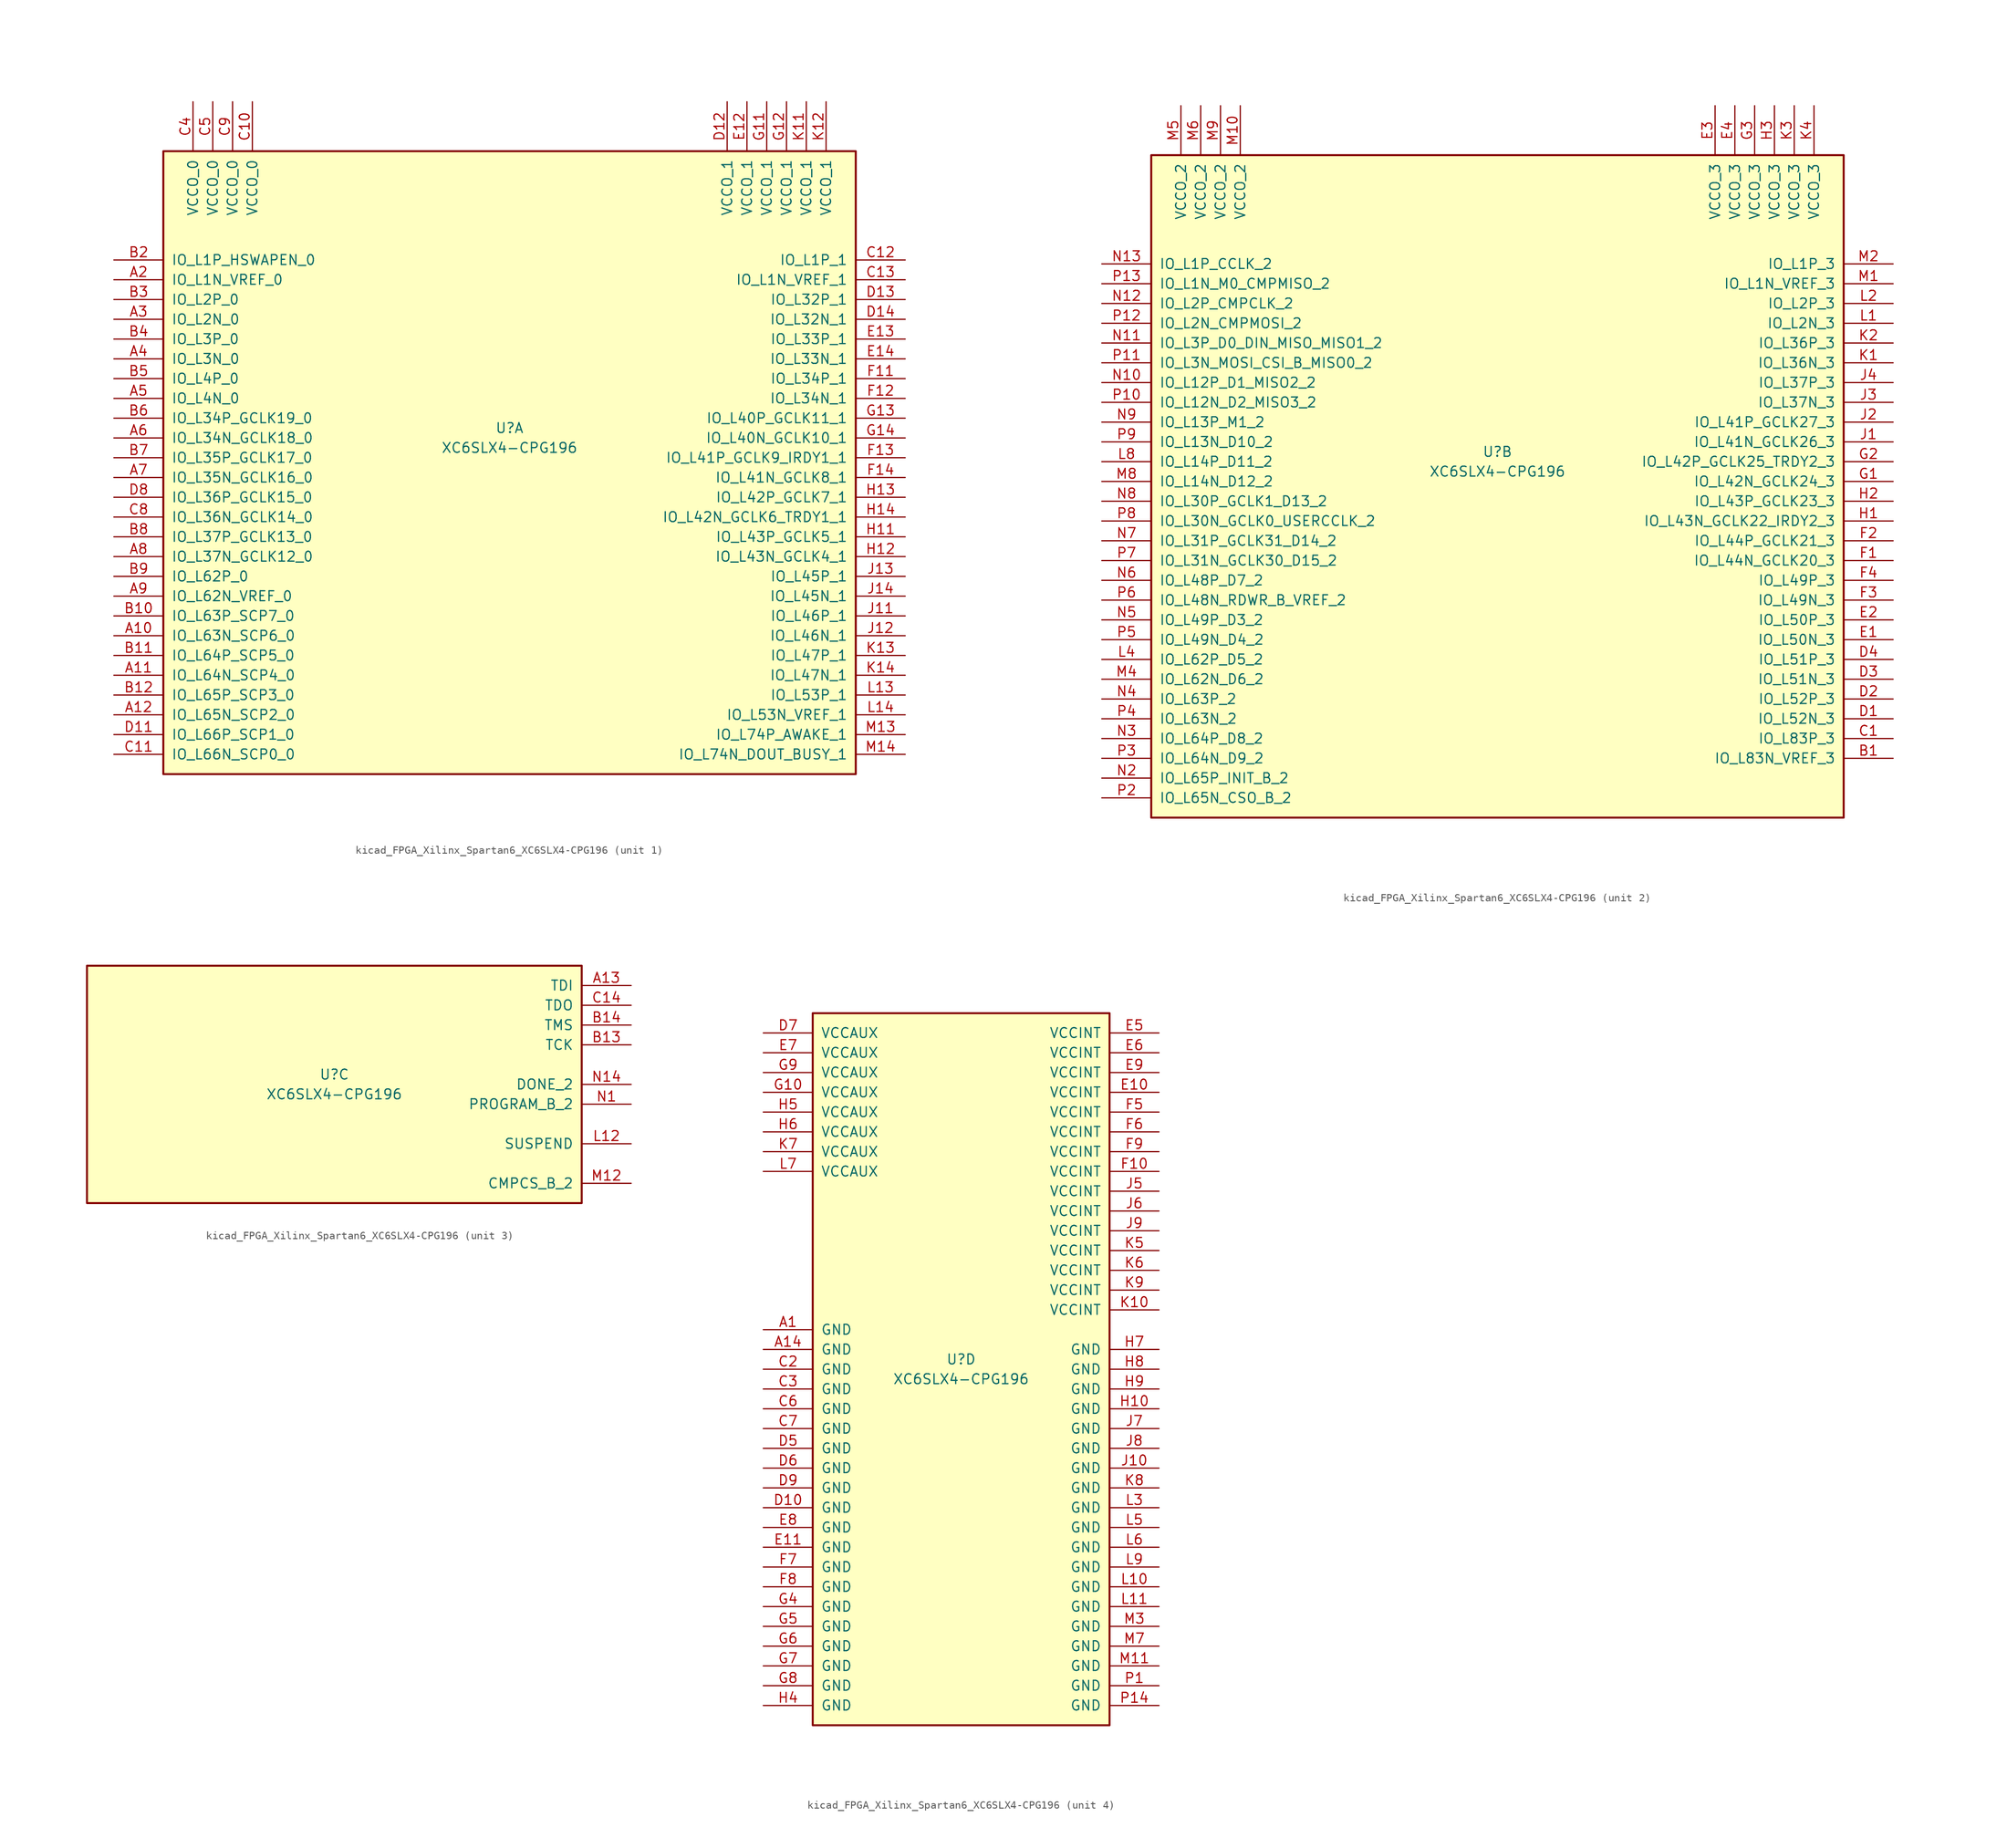
<source format=kicad_sym>
(kicad_symbol_lib
  (version 20220914)
  (generator kicad_symbol_editor)
  (symbol "kicad_FPGA_Xilinx_Spartan6_XC6SLX4-CPG196"
    (pin_names
      (offset 1.016))
    (property "Reference" "U"
      (at 0 1.27 0)
      (effects (font (size 1.27 1.27))))
    (property "Value" "XC6SLX4-CPG196"
      (at 0 -1.27 0)
      (effects (font (size 1.27 1.27))))
    (property "Datasheet" ""
      (at 0 0 0)
      (effects (font (size 1.27 1.27))))
    (property "ki_locked" ""
      (at 0 0 0)
      (effects (font (size 1.27 1.27))))
    (symbol "kicad_FPGA_Xilinx_Spartan6_XC6SLX4-CPG196_1_1"
      (rectangle (start -44.45 36.83) (end 44.45 -43.18) (stroke (width 0.254) (type default)) (fill (type background)))
      (pin bidirectional line (at -50.8 -25.4 0) (length 6.35) (name "IO_L63N_SCP6_0" (effects (font (size 1.27 1.27)))) (number "A10" (effects (font (size 1.27 1.27)))))
      (pin bidirectional line (at -50.8 -30.48 0) (length 6.35) (name "IO_L64N_SCP4_0" (effects (font (size 1.27 1.27)))) (number "A11" (effects (font (size 1.27 1.27)))))
      (pin bidirectional line (at -50.8 -35.56 0) (length 6.35) (name "IO_L65N_SCP2_0" (effects (font (size 1.27 1.27)))) (number "A12" (effects (font (size 1.27 1.27)))))
      (pin bidirectional line (at -50.8 20.32 0) (length 6.35) (name "IO_L1N_VREF_0" (effects (font (size 1.27 1.27)))) (number "A2" (effects (font (size 1.27 1.27)))))
      (pin bidirectional line (at -50.8 15.24 0) (length 6.35) (name "IO_L2N_0" (effects (font (size 1.27 1.27)))) (number "A3" (effects (font (size 1.27 1.27)))))
      (pin bidirectional line (at -50.8 10.16 0) (length 6.35) (name "IO_L3N_0" (effects (font (size 1.27 1.27)))) (number "A4" (effects (font (size 1.27 1.27)))))
      (pin bidirectional line (at -50.8 5.08 0) (length 6.35) (name "IO_L4N_0" (effects (font (size 1.27 1.27)))) (number "A5" (effects (font (size 1.27 1.27)))))
      (pin bidirectional line (at -50.8 0 0) (length 6.35) (name "IO_L34N_GCLK18_0" (effects (font (size 1.27 1.27)))) (number "A6" (effects (font (size 1.27 1.27)))))
      (pin bidirectional line (at -50.8 -5.08 0) (length 6.35) (name "IO_L35N_GCLK16_0" (effects (font (size 1.27 1.27)))) (number "A7" (effects (font (size 1.27 1.27)))))
      (pin bidirectional line (at -50.8 -15.24 0) (length 6.35) (name "IO_L37N_GCLK12_0" (effects (font (size 1.27 1.27)))) (number "A8" (effects (font (size 1.27 1.27)))))
      (pin bidirectional line (at -50.8 -20.32 0) (length 6.35) (name "IO_L62N_VREF_0" (effects (font (size 1.27 1.27)))) (number "A9" (effects (font (size 1.27 1.27)))))
      (pin bidirectional line (at -50.8 -22.86 0) (length 6.35) (name "IO_L63P_SCP7_0" (effects (font (size 1.27 1.27)))) (number "B10" (effects (font (size 1.27 1.27)))))
      (pin bidirectional line (at -50.8 -27.94 0) (length 6.35) (name "IO_L64P_SCP5_0" (effects (font (size 1.27 1.27)))) (number "B11" (effects (font (size 1.27 1.27)))))
      (pin bidirectional line (at -50.8 -33.02 0) (length 6.35) (name "IO_L65P_SCP3_0" (effects (font (size 1.27 1.27)))) (number "B12" (effects (font (size 1.27 1.27)))))
      (pin bidirectional line (at -50.8 22.86 0) (length 6.35) (name "IO_L1P_HSWAPEN_0" (effects (font (size 1.27 1.27)))) (number "B2" (effects (font (size 1.27 1.27)))))
      (pin bidirectional line (at -50.8 17.78 0) (length 6.35) (name "IO_L2P_0" (effects (font (size 1.27 1.27)))) (number "B3" (effects (font (size 1.27 1.27)))))
      (pin bidirectional line (at -50.8 12.7 0) (length 6.35) (name "IO_L3P_0" (effects (font (size 1.27 1.27)))) (number "B4" (effects (font (size 1.27 1.27)))))
      (pin bidirectional line (at -50.8 7.62 0) (length 6.35) (name "IO_L4P_0" (effects (font (size 1.27 1.27)))) (number "B5" (effects (font (size 1.27 1.27)))))
      (pin bidirectional line (at -50.8 2.54 0) (length 6.35) (name "IO_L34P_GCLK19_0" (effects (font (size 1.27 1.27)))) (number "B6" (effects (font (size 1.27 1.27)))))
      (pin bidirectional line (at -50.8 -2.54 0) (length 6.35) (name "IO_L35P_GCLK17_0" (effects (font (size 1.27 1.27)))) (number "B7" (effects (font (size 1.27 1.27)))))
      (pin bidirectional line (at -50.8 -12.7 0) (length 6.35) (name "IO_L37P_GCLK13_0" (effects (font (size 1.27 1.27)))) (number "B8" (effects (font (size 1.27 1.27)))))
      (pin bidirectional line (at -50.8 -17.78 0) (length 6.35) (name "IO_L62P_0" (effects (font (size 1.27 1.27)))) (number "B9" (effects (font (size 1.27 1.27)))))
      (pin power_in line (at -33.02 43.18 270) (length 6.35) (name "VCCO_0" (effects (font (size 1.27 1.27)))) (number "C10" (effects (font (size 1.27 1.27)))))
      (pin bidirectional line (at -50.8 -40.64 0) (length 6.35) (name "IO_L66N_SCP0_0" (effects (font (size 1.27 1.27)))) (number "C11" (effects (font (size 1.27 1.27)))))
      (pin bidirectional line (at 50.8 22.86 180) (length 6.35) (name "IO_L1P_1" (effects (font (size 1.27 1.27)))) (number "C12" (effects (font (size 1.27 1.27)))))
      (pin bidirectional line (at 50.8 20.32 180) (length 6.35) (name "IO_L1N_VREF_1" (effects (font (size 1.27 1.27)))) (number "C13" (effects (font (size 1.27 1.27)))))
      (pin power_in line (at -40.64 43.18 270) (length 6.35) (name "VCCO_0" (effects (font (size 1.27 1.27)))) (number "C4" (effects (font (size 1.27 1.27)))))
      (pin power_in line (at -38.1 43.18 270) (length 6.35) (name "VCCO_0" (effects (font (size 1.27 1.27)))) (number "C5" (effects (font (size 1.27 1.27)))))
      (pin bidirectional line (at -50.8 -10.16 0) (length 6.35) (name "IO_L36N_GCLK14_0" (effects (font (size 1.27 1.27)))) (number "C8" (effects (font (size 1.27 1.27)))))
      (pin power_in line (at -35.56 43.18 270) (length 6.35) (name "VCCO_0" (effects (font (size 1.27 1.27)))) (number "C9" (effects (font (size 1.27 1.27)))))
      (pin bidirectional line (at -50.8 -38.1 0) (length 6.35) (name "IO_L66P_SCP1_0" (effects (font (size 1.27 1.27)))) (number "D11" (effects (font (size 1.27 1.27)))))
      (pin power_in line (at 27.94 43.18 270) (length 6.35) (name "VCCO_1" (effects (font (size 1.27 1.27)))) (number "D12" (effects (font (size 1.27 1.27)))))
      (pin bidirectional line (at 50.8 17.78 180) (length 6.35) (name "IO_L32P_1" (effects (font (size 1.27 1.27)))) (number "D13" (effects (font (size 1.27 1.27)))))
      (pin bidirectional line (at 50.8 15.24 180) (length 6.35) (name "IO_L32N_1" (effects (font (size 1.27 1.27)))) (number "D14" (effects (font (size 1.27 1.27)))))
      (pin bidirectional line (at -50.8 -7.62 0) (length 6.35) (name "IO_L36P_GCLK15_0" (effects (font (size 1.27 1.27)))) (number "D8" (effects (font (size 1.27 1.27)))))
      (pin power_in line (at 30.48 43.18 270) (length 6.35) (name "VCCO_1" (effects (font (size 1.27 1.27)))) (number "E12" (effects (font (size 1.27 1.27)))))
      (pin bidirectional line (at 50.8 12.7 180) (length 6.35) (name "IO_L33P_1" (effects (font (size 1.27 1.27)))) (number "E13" (effects (font (size 1.27 1.27)))))
      (pin bidirectional line (at 50.8 10.16 180) (length 6.35) (name "IO_L33N_1" (effects (font (size 1.27 1.27)))) (number "E14" (effects (font (size 1.27 1.27)))))
      (pin bidirectional line (at 50.8 7.62 180) (length 6.35) (name "IO_L34P_1" (effects (font (size 1.27 1.27)))) (number "F11" (effects (font (size 1.27 1.27)))))
      (pin bidirectional line (at 50.8 5.08 180) (length 6.35) (name "IO_L34N_1" (effects (font (size 1.27 1.27)))) (number "F12" (effects (font (size 1.27 1.27)))))
      (pin bidirectional line (at 50.8 -2.54 180) (length 6.35) (name "IO_L41P_GCLK9_IRDY1_1" (effects (font (size 1.27 1.27)))) (number "F13" (effects (font (size 1.27 1.27)))))
      (pin bidirectional line (at 50.8 -5.08 180) (length 6.35) (name "IO_L41N_GCLK8_1" (effects (font (size 1.27 1.27)))) (number "F14" (effects (font (size 1.27 1.27)))))
      (pin power_in line (at 33.02 43.18 270) (length 6.35) (name "VCCO_1" (effects (font (size 1.27 1.27)))) (number "G11" (effects (font (size 1.27 1.27)))))
      (pin power_in line (at 35.56 43.18 270) (length 6.35) (name "VCCO_1" (effects (font (size 1.27 1.27)))) (number "G12" (effects (font (size 1.27 1.27)))))
      (pin bidirectional line (at 50.8 2.54 180) (length 6.35) (name "IO_L40P_GCLK11_1" (effects (font (size 1.27 1.27)))) (number "G13" (effects (font (size 1.27 1.27)))))
      (pin bidirectional line (at 50.8 0 180) (length 6.35) (name "IO_L40N_GCLK10_1" (effects (font (size 1.27 1.27)))) (number "G14" (effects (font (size 1.27 1.27)))))
      (pin bidirectional line (at 50.8 -12.7 180) (length 6.35) (name "IO_L43P_GCLK5_1" (effects (font (size 1.27 1.27)))) (number "H11" (effects (font (size 1.27 1.27)))))
      (pin bidirectional line (at 50.8 -15.24 180) (length 6.35) (name "IO_L43N_GCLK4_1" (effects (font (size 1.27 1.27)))) (number "H12" (effects (font (size 1.27 1.27)))))
      (pin bidirectional line (at 50.8 -7.62 180) (length 6.35) (name "IO_L42P_GCLK7_1" (effects (font (size 1.27 1.27)))) (number "H13" (effects (font (size 1.27 1.27)))))
      (pin bidirectional line (at 50.8 -10.16 180) (length 6.35) (name "IO_L42N_GCLK6_TRDY1_1" (effects (font (size 1.27 1.27)))) (number "H14" (effects (font (size 1.27 1.27)))))
      (pin bidirectional line (at 50.8 -22.86 180) (length 6.35) (name "IO_L46P_1" (effects (font (size 1.27 1.27)))) (number "J11" (effects (font (size 1.27 1.27)))))
      (pin bidirectional line (at 50.8 -25.4 180) (length 6.35) (name "IO_L46N_1" (effects (font (size 1.27 1.27)))) (number "J12" (effects (font (size 1.27 1.27)))))
      (pin bidirectional line (at 50.8 -17.78 180) (length 6.35) (name "IO_L45P_1" (effects (font (size 1.27 1.27)))) (number "J13" (effects (font (size 1.27 1.27)))))
      (pin bidirectional line (at 50.8 -20.32 180) (length 6.35) (name "IO_L45N_1" (effects (font (size 1.27 1.27)))) (number "J14" (effects (font (size 1.27 1.27)))))
      (pin power_in line (at 38.1 43.18 270) (length 6.35) (name "VCCO_1" (effects (font (size 1.27 1.27)))) (number "K11" (effects (font (size 1.27 1.27)))))
      (pin power_in line (at 40.64 43.18 270) (length 6.35) (name "VCCO_1" (effects (font (size 1.27 1.27)))) (number "K12" (effects (font (size 1.27 1.27)))))
      (pin bidirectional line (at 50.8 -27.94 180) (length 6.35) (name "IO_L47P_1" (effects (font (size 1.27 1.27)))) (number "K13" (effects (font (size 1.27 1.27)))))
      (pin bidirectional line (at 50.8 -30.48 180) (length 6.35) (name "IO_L47N_1" (effects (font (size 1.27 1.27)))) (number "K14" (effects (font (size 1.27 1.27)))))
      (pin bidirectional line (at 50.8 -33.02 180) (length 6.35) (name "IO_L53P_1" (effects (font (size 1.27 1.27)))) (number "L13" (effects (font (size 1.27 1.27)))))
      (pin bidirectional line (at 50.8 -35.56 180) (length 6.35) (name "IO_L53N_VREF_1" (effects (font (size 1.27 1.27)))) (number "L14" (effects (font (size 1.27 1.27)))))
      (pin bidirectional line (at 50.8 -38.1 180) (length 6.35) (name "IO_L74P_AWAKE_1" (effects (font (size 1.27 1.27)))) (number "M13" (effects (font (size 1.27 1.27)))))
      (pin bidirectional line (at 50.8 -40.64 180) (length 6.35) (name "IO_L74N_DOUT_BUSY_1" (effects (font (size 1.27 1.27)))) (number "M14" (effects (font (size 1.27 1.27))))))
    (symbol "kicad_FPGA_Xilinx_Spartan6_XC6SLX4-CPG196_2_1"
      (rectangle (start -44.45 39.37) (end 44.45 -45.72) (stroke (width 0.254) (type default)) (fill (type background)))
      (pin bidirectional line (at 50.8 -38.1 180) (length 6.35) (name "IO_L83N_VREF_3" (effects (font (size 1.27 1.27)))) (number "B1" (effects (font (size 1.27 1.27)))))
      (pin bidirectional line (at 50.8 -35.56 180) (length 6.35) (name "IO_L83P_3" (effects (font (size 1.27 1.27)))) (number "C1" (effects (font (size 1.27 1.27)))))
      (pin bidirectional line (at 50.8 -33.02 180) (length 6.35) (name "IO_L52N_3" (effects (font (size 1.27 1.27)))) (number "D1" (effects (font (size 1.27 1.27)))))
      (pin bidirectional line (at 50.8 -30.48 180) (length 6.35) (name "IO_L52P_3" (effects (font (size 1.27 1.27)))) (number "D2" (effects (font (size 1.27 1.27)))))
      (pin bidirectional line (at 50.8 -27.94 180) (length 6.35) (name "IO_L51N_3" (effects (font (size 1.27 1.27)))) (number "D3" (effects (font (size 1.27 1.27)))))
      (pin bidirectional line (at 50.8 -25.4 180) (length 6.35) (name "IO_L51P_3" (effects (font (size 1.27 1.27)))) (number "D4" (effects (font (size 1.27 1.27)))))
      (pin bidirectional line (at 50.8 -22.86 180) (length 6.35) (name "IO_L50N_3" (effects (font (size 1.27 1.27)))) (number "E1" (effects (font (size 1.27 1.27)))))
      (pin bidirectional line (at 50.8 -20.32 180) (length 6.35) (name "IO_L50P_3" (effects (font (size 1.27 1.27)))) (number "E2" (effects (font (size 1.27 1.27)))))
      (pin power_in line (at 27.94 45.72 270) (length 6.35) (name "VCCO_3" (effects (font (size 1.27 1.27)))) (number "E3" (effects (font (size 1.27 1.27)))))
      (pin power_in line (at 30.48 45.72 270) (length 6.35) (name "VCCO_3" (effects (font (size 1.27 1.27)))) (number "E4" (effects (font (size 1.27 1.27)))))
      (pin bidirectional line (at 50.8 -12.7 180) (length 6.35) (name "IO_L44N_GCLK20_3" (effects (font (size 1.27 1.27)))) (number "F1" (effects (font (size 1.27 1.27)))))
      (pin bidirectional line (at 50.8 -10.16 180) (length 6.35) (name "IO_L44P_GCLK21_3" (effects (font (size 1.27 1.27)))) (number "F2" (effects (font (size 1.27 1.27)))))
      (pin bidirectional line (at 50.8 -17.78 180) (length 6.35) (name "IO_L49N_3" (effects (font (size 1.27 1.27)))) (number "F3" (effects (font (size 1.27 1.27)))))
      (pin bidirectional line (at 50.8 -15.24 180) (length 6.35) (name "IO_L49P_3" (effects (font (size 1.27 1.27)))) (number "F4" (effects (font (size 1.27 1.27)))))
      (pin bidirectional line (at 50.8 -2.54 180) (length 6.35) (name "IO_L42N_GCLK24_3" (effects (font (size 1.27 1.27)))) (number "G1" (effects (font (size 1.27 1.27)))))
      (pin bidirectional line (at 50.8 0 180) (length 6.35) (name "IO_L42P_GCLK25_TRDY2_3" (effects (font (size 1.27 1.27)))) (number "G2" (effects (font (size 1.27 1.27)))))
      (pin power_in line (at 33.02 45.72 270) (length 6.35) (name "VCCO_3" (effects (font (size 1.27 1.27)))) (number "G3" (effects (font (size 1.27 1.27)))))
      (pin bidirectional line (at 50.8 -7.62 180) (length 6.35) (name "IO_L43N_GCLK22_IRDY2_3" (effects (font (size 1.27 1.27)))) (number "H1" (effects (font (size 1.27 1.27)))))
      (pin bidirectional line (at 50.8 -5.08 180) (length 6.35) (name "IO_L43P_GCLK23_3" (effects (font (size 1.27 1.27)))) (number "H2" (effects (font (size 1.27 1.27)))))
      (pin power_in line (at 35.56 45.72 270) (length 6.35) (name "VCCO_3" (effects (font (size 1.27 1.27)))) (number "H3" (effects (font (size 1.27 1.27)))))
      (pin bidirectional line (at 50.8 2.54 180) (length 6.35) (name "IO_L41N_GCLK26_3" (effects (font (size 1.27 1.27)))) (number "J1" (effects (font (size 1.27 1.27)))))
      (pin bidirectional line (at 50.8 5.08 180) (length 6.35) (name "IO_L41P_GCLK27_3" (effects (font (size 1.27 1.27)))) (number "J2" (effects (font (size 1.27 1.27)))))
      (pin bidirectional line (at 50.8 7.62 180) (length 6.35) (name "IO_L37N_3" (effects (font (size 1.27 1.27)))) (number "J3" (effects (font (size 1.27 1.27)))))
      (pin bidirectional line (at 50.8 10.16 180) (length 6.35) (name "IO_L37P_3" (effects (font (size 1.27 1.27)))) (number "J4" (effects (font (size 1.27 1.27)))))
      (pin bidirectional line (at 50.8 12.7 180) (length 6.35) (name "IO_L36N_3" (effects (font (size 1.27 1.27)))) (number "K1" (effects (font (size 1.27 1.27)))))
      (pin bidirectional line (at 50.8 15.24 180) (length 6.35) (name "IO_L36P_3" (effects (font (size 1.27 1.27)))) (number "K2" (effects (font (size 1.27 1.27)))))
      (pin power_in line (at 38.1 45.72 270) (length 6.35) (name "VCCO_3" (effects (font (size 1.27 1.27)))) (number "K3" (effects (font (size 1.27 1.27)))))
      (pin power_in line (at 40.64 45.72 270) (length 6.35) (name "VCCO_3" (effects (font (size 1.27 1.27)))) (number "K4" (effects (font (size 1.27 1.27)))))
      (pin bidirectional line (at 50.8 17.78 180) (length 6.35) (name "IO_L2N_3" (effects (font (size 1.27 1.27)))) (number "L1" (effects (font (size 1.27 1.27)))))
      (pin bidirectional line (at 50.8 20.32 180) (length 6.35) (name "IO_L2P_3" (effects (font (size 1.27 1.27)))) (number "L2" (effects (font (size 1.27 1.27)))))
      (pin bidirectional line (at -50.8 -25.4 0) (length 6.35) (name "IO_L62P_D5_2" (effects (font (size 1.27 1.27)))) (number "L4" (effects (font (size 1.27 1.27)))))
      (pin bidirectional line (at -50.8 0 0) (length 6.35) (name "IO_L14P_D11_2" (effects (font (size 1.27 1.27)))) (number "L8" (effects (font (size 1.27 1.27)))))
      (pin bidirectional line (at 50.8 22.86 180) (length 6.35) (name "IO_L1N_VREF_3" (effects (font (size 1.27 1.27)))) (number "M1" (effects (font (size 1.27 1.27)))))
      (pin power_in line (at -33.02 45.72 270) (length 6.35) (name "VCCO_2" (effects (font (size 1.27 1.27)))) (number "M10" (effects (font (size 1.27 1.27)))))
      (pin bidirectional line (at 50.8 25.4 180) (length 6.35) (name "IO_L1P_3" (effects (font (size 1.27 1.27)))) (number "M2" (effects (font (size 1.27 1.27)))))
      (pin bidirectional line (at -50.8 -27.94 0) (length 6.35) (name "IO_L62N_D6_2" (effects (font (size 1.27 1.27)))) (number "M4" (effects (font (size 1.27 1.27)))))
      (pin power_in line (at -40.64 45.72 270) (length 6.35) (name "VCCO_2" (effects (font (size 1.27 1.27)))) (number "M5" (effects (font (size 1.27 1.27)))))
      (pin power_in line (at -38.1 45.72 270) (length 6.35) (name "VCCO_2" (effects (font (size 1.27 1.27)))) (number "M6" (effects (font (size 1.27 1.27)))))
      (pin bidirectional line (at -50.8 -2.54 0) (length 6.35) (name "IO_L14N_D12_2" (effects (font (size 1.27 1.27)))) (number "M8" (effects (font (size 1.27 1.27)))))
      (pin power_in line (at -35.56 45.72 270) (length 6.35) (name "VCCO_2" (effects (font (size 1.27 1.27)))) (number "M9" (effects (font (size 1.27 1.27)))))
      (pin bidirectional line (at -50.8 10.16 0) (length 6.35) (name "IO_L12P_D1_MISO2_2" (effects (font (size 1.27 1.27)))) (number "N10" (effects (font (size 1.27 1.27)))))
      (pin bidirectional line (at -50.8 15.24 0) (length 6.35) (name "IO_L3P_D0_DIN_MISO_MISO1_2" (effects (font (size 1.27 1.27)))) (number "N11" (effects (font (size 1.27 1.27)))))
      (pin bidirectional line (at -50.8 20.32 0) (length 6.35) (name "IO_L2P_CMPCLK_2" (effects (font (size 1.27 1.27)))) (number "N12" (effects (font (size 1.27 1.27)))))
      (pin bidirectional line (at -50.8 25.4 0) (length 6.35) (name "IO_L1P_CCLK_2" (effects (font (size 1.27 1.27)))) (number "N13" (effects (font (size 1.27 1.27)))))
      (pin bidirectional line (at -50.8 -40.64 0) (length 6.35) (name "IO_L65P_INIT_B_2" (effects (font (size 1.27 1.27)))) (number "N2" (effects (font (size 1.27 1.27)))))
      (pin bidirectional line (at -50.8 -35.56 0) (length 6.35) (name "IO_L64P_D8_2" (effects (font (size 1.27 1.27)))) (number "N3" (effects (font (size 1.27 1.27)))))
      (pin bidirectional line (at -50.8 -30.48 0) (length 6.35) (name "IO_L63P_2" (effects (font (size 1.27 1.27)))) (number "N4" (effects (font (size 1.27 1.27)))))
      (pin bidirectional line (at -50.8 -20.32 0) (length 6.35) (name "IO_L49P_D3_2" (effects (font (size 1.27 1.27)))) (number "N5" (effects (font (size 1.27 1.27)))))
      (pin bidirectional line (at -50.8 -15.24 0) (length 6.35) (name "IO_L48P_D7_2" (effects (font (size 1.27 1.27)))) (number "N6" (effects (font (size 1.27 1.27)))))
      (pin bidirectional line (at -50.8 -10.16 0) (length 6.35) (name "IO_L31P_GCLK31_D14_2" (effects (font (size 1.27 1.27)))) (number "N7" (effects (font (size 1.27 1.27)))))
      (pin bidirectional line (at -50.8 -5.08 0) (length 6.35) (name "IO_L30P_GCLK1_D13_2" (effects (font (size 1.27 1.27)))) (number "N8" (effects (font (size 1.27 1.27)))))
      (pin bidirectional line (at -50.8 5.08 0) (length 6.35) (name "IO_L13P_M1_2" (effects (font (size 1.27 1.27)))) (number "N9" (effects (font (size 1.27 1.27)))))
      (pin bidirectional line (at -50.8 7.62 0) (length 6.35) (name "IO_L12N_D2_MISO3_2" (effects (font (size 1.27 1.27)))) (number "P10" (effects (font (size 1.27 1.27)))))
      (pin bidirectional line (at -50.8 12.7 0) (length 6.35) (name "IO_L3N_MOSI_CSI_B_MISO0_2" (effects (font (size 1.27 1.27)))) (number "P11" (effects (font (size 1.27 1.27)))))
      (pin bidirectional line (at -50.8 17.78 0) (length 6.35) (name "IO_L2N_CMPMOSI_2" (effects (font (size 1.27 1.27)))) (number "P12" (effects (font (size 1.27 1.27)))))
      (pin bidirectional line (at -50.8 22.86 0) (length 6.35) (name "IO_L1N_M0_CMPMISO_2" (effects (font (size 1.27 1.27)))) (number "P13" (effects (font (size 1.27 1.27)))))
      (pin bidirectional line (at -50.8 -43.18 0) (length 6.35) (name "IO_L65N_CSO_B_2" (effects (font (size 1.27 1.27)))) (number "P2" (effects (font (size 1.27 1.27)))))
      (pin bidirectional line (at -50.8 -38.1 0) (length 6.35) (name "IO_L64N_D9_2" (effects (font (size 1.27 1.27)))) (number "P3" (effects (font (size 1.27 1.27)))))
      (pin bidirectional line (at -50.8 -33.02 0) (length 6.35) (name "IO_L63N_2" (effects (font (size 1.27 1.27)))) (number "P4" (effects (font (size 1.27 1.27)))))
      (pin bidirectional line (at -50.8 -22.86 0) (length 6.35) (name "IO_L49N_D4_2" (effects (font (size 1.27 1.27)))) (number "P5" (effects (font (size 1.27 1.27)))))
      (pin bidirectional line (at -50.8 -17.78 0) (length 6.35) (name "IO_L48N_RDWR_B_VREF_2" (effects (font (size 1.27 1.27)))) (number "P6" (effects (font (size 1.27 1.27)))))
      (pin bidirectional line (at -50.8 -12.7 0) (length 6.35) (name "IO_L31N_GCLK30_D15_2" (effects (font (size 1.27 1.27)))) (number "P7" (effects (font (size 1.27 1.27)))))
      (pin bidirectional line (at -50.8 -7.62 0) (length 6.35) (name "IO_L30N_GCLK0_USERCCLK_2" (effects (font (size 1.27 1.27)))) (number "P8" (effects (font (size 1.27 1.27)))))
      (pin bidirectional line (at -50.8 2.54 0) (length 6.35) (name "IO_L13N_D10_2" (effects (font (size 1.27 1.27)))) (number "P9" (effects (font (size 1.27 1.27))))))
    (symbol "kicad_FPGA_Xilinx_Spartan6_XC6SLX4-CPG196_3_1"
      (rectangle (start -31.75 15.24) (end 31.75 -15.24) (stroke (width 0.254) (type default)) (fill (type background)))
      (pin bidirectional line (at 38.1 12.7 180) (length 6.35) (name "TDI" (effects (font (size 1.27 1.27)))) (number "A13" (effects (font (size 1.27 1.27)))))
      (pin bidirectional line (at 38.1 5.08 180) (length 6.35) (name "TCK" (effects (font (size 1.27 1.27)))) (number "B13" (effects (font (size 1.27 1.27)))))
      (pin bidirectional line (at 38.1 7.62 180) (length 6.35) (name "TMS" (effects (font (size 1.27 1.27)))) (number "B14" (effects (font (size 1.27 1.27)))))
      (pin bidirectional line (at 38.1 10.16 180) (length 6.35) (name "TDO" (effects (font (size 1.27 1.27)))) (number "C14" (effects (font (size 1.27 1.27)))))
      (pin bidirectional line (at 38.1 -7.62 180) (length 6.35) (name "SUSPEND" (effects (font (size 1.27 1.27)))) (number "L12" (effects (font (size 1.27 1.27)))))
      (pin bidirectional line (at 38.1 -12.7 180) (length 6.35) (name "CMPCS_B_2" (effects (font (size 1.27 1.27)))) (number "M12" (effects (font (size 1.27 1.27)))))
      (pin bidirectional line (at 38.1 -2.54 180) (length 6.35) (name "PROGRAM_B_2" (effects (font (size 1.27 1.27)))) (number "N1" (effects (font (size 1.27 1.27)))))
      (pin bidirectional line (at 38.1 0 180) (length 6.35) (name "DONE_2" (effects (font (size 1.27 1.27)))) (number "N14" (effects (font (size 1.27 1.27))))))
    (symbol "kicad_FPGA_Xilinx_Spartan6_XC6SLX4-CPG196_4_1"
      (rectangle (start -19.05 45.72) (end 19.05 -45.72) (stroke (width 0.254) (type default)) (fill (type background)))
      (pin power_in line (at -25.4 5.08 0) (length 6.35) (name "GND" (effects (font (size 1.27 1.27)))) (number "A1" (effects (font (size 1.27 1.27)))))
      (pin power_in line (at -25.4 2.54 0) (length 6.35) (name "GND" (effects (font (size 1.27 1.27)))) (number "A14" (effects (font (size 1.27 1.27)))))
      (pin power_in line (at -25.4 0 0) (length 6.35) (name "GND" (effects (font (size 1.27 1.27)))) (number "C2" (effects (font (size 1.27 1.27)))))
      (pin power_in line (at -25.4 -2.54 0) (length 6.35) (name "GND" (effects (font (size 1.27 1.27)))) (number "C3" (effects (font (size 1.27 1.27)))))
      (pin power_in line (at -25.4 -5.08 0) (length 6.35) (name "GND" (effects (font (size 1.27 1.27)))) (number "C6" (effects (font (size 1.27 1.27)))))
      (pin power_in line (at -25.4 -7.62 0) (length 6.35) (name "GND" (effects (font (size 1.27 1.27)))) (number "C7" (effects (font (size 1.27 1.27)))))
      (pin power_in line (at -25.4 -17.78 0) (length 6.35) (name "GND" (effects (font (size 1.27 1.27)))) (number "D10" (effects (font (size 1.27 1.27)))))
      (pin power_in line (at -25.4 -10.16 0) (length 6.35) (name "GND" (effects (font (size 1.27 1.27)))) (number "D5" (effects (font (size 1.27 1.27)))))
      (pin power_in line (at -25.4 -12.7 0) (length 6.35) (name "GND" (effects (font (size 1.27 1.27)))) (number "D6" (effects (font (size 1.27 1.27)))))
      (pin power_in line (at -25.4 43.18 0) (length 6.35) (name "VCCAUX" (effects (font (size 1.27 1.27)))) (number "D7" (effects (font (size 1.27 1.27)))))
      (pin power_in line (at -25.4 -15.24 0) (length 6.35) (name "GND" (effects (font (size 1.27 1.27)))) (number "D9" (effects (font (size 1.27 1.27)))))
      (pin power_in line (at 25.4 35.56 180) (length 6.35) (name "VCCINT" (effects (font (size 1.27 1.27)))) (number "E10" (effects (font (size 1.27 1.27)))))
      (pin power_in line (at -25.4 -22.86 0) (length 6.35) (name "GND" (effects (font (size 1.27 1.27)))) (number "E11" (effects (font (size 1.27 1.27)))))
      (pin power_in line (at 25.4 43.18 180) (length 6.35) (name "VCCINT" (effects (font (size 1.27 1.27)))) (number "E5" (effects (font (size 1.27 1.27)))))
      (pin power_in line (at 25.4 40.64 180) (length 6.35) (name "VCCINT" (effects (font (size 1.27 1.27)))) (number "E6" (effects (font (size 1.27 1.27)))))
      (pin power_in line (at -25.4 40.64 0) (length 6.35) (name "VCCAUX" (effects (font (size 1.27 1.27)))) (number "E7" (effects (font (size 1.27 1.27)))))
      (pin power_in line (at -25.4 -20.32 0) (length 6.35) (name "GND" (effects (font (size 1.27 1.27)))) (number "E8" (effects (font (size 1.27 1.27)))))
      (pin power_in line (at 25.4 38.1 180) (length 6.35) (name "VCCINT" (effects (font (size 1.27 1.27)))) (number "E9" (effects (font (size 1.27 1.27)))))
      (pin power_in line (at 25.4 25.4 180) (length 6.35) (name "VCCINT" (effects (font (size 1.27 1.27)))) (number "F10" (effects (font (size 1.27 1.27)))))
      (pin power_in line (at 25.4 33.02 180) (length 6.35) (name "VCCINT" (effects (font (size 1.27 1.27)))) (number "F5" (effects (font (size 1.27 1.27)))))
      (pin power_in line (at 25.4 30.48 180) (length 6.35) (name "VCCINT" (effects (font (size 1.27 1.27)))) (number "F6" (effects (font (size 1.27 1.27)))))
      (pin power_in line (at -25.4 -25.4 0) (length 6.35) (name "GND" (effects (font (size 1.27 1.27)))) (number "F7" (effects (font (size 1.27 1.27)))))
      (pin power_in line (at -25.4 -27.94 0) (length 6.35) (name "GND" (effects (font (size 1.27 1.27)))) (number "F8" (effects (font (size 1.27 1.27)))))
      (pin power_in line (at 25.4 27.94 180) (length 6.35) (name "VCCINT" (effects (font (size 1.27 1.27)))) (number "F9" (effects (font (size 1.27 1.27)))))
      (pin power_in line (at -25.4 35.56 0) (length 6.35) (name "VCCAUX" (effects (font (size 1.27 1.27)))) (number "G10" (effects (font (size 1.27 1.27)))))
      (pin power_in line (at -25.4 -30.48 0) (length 6.35) (name "GND" (effects (font (size 1.27 1.27)))) (number "G4" (effects (font (size 1.27 1.27)))))
      (pin power_in line (at -25.4 -33.02 0) (length 6.35) (name "GND" (effects (font (size 1.27 1.27)))) (number "G5" (effects (font (size 1.27 1.27)))))
      (pin power_in line (at -25.4 -35.56 0) (length 6.35) (name "GND" (effects (font (size 1.27 1.27)))) (number "G6" (effects (font (size 1.27 1.27)))))
      (pin power_in line (at -25.4 -38.1 0) (length 6.35) (name "GND" (effects (font (size 1.27 1.27)))) (number "G7" (effects (font (size 1.27 1.27)))))
      (pin power_in line (at -25.4 -40.64 0) (length 6.35) (name "GND" (effects (font (size 1.27 1.27)))) (number "G8" (effects (font (size 1.27 1.27)))))
      (pin power_in line (at -25.4 38.1 0) (length 6.35) (name "VCCAUX" (effects (font (size 1.27 1.27)))) (number "G9" (effects (font (size 1.27 1.27)))))
      (pin power_in line (at 25.4 -5.08 180) (length 6.35) (name "GND" (effects (font (size 1.27 1.27)))) (number "H10" (effects (font (size 1.27 1.27)))))
      (pin power_in line (at -25.4 -43.18 0) (length 6.35) (name "GND" (effects (font (size 1.27 1.27)))) (number "H4" (effects (font (size 1.27 1.27)))))
      (pin power_in line (at -25.4 33.02 0) (length 6.35) (name "VCCAUX" (effects (font (size 1.27 1.27)))) (number "H5" (effects (font (size 1.27 1.27)))))
      (pin power_in line (at -25.4 30.48 0) (length 6.35) (name "VCCAUX" (effects (font (size 1.27 1.27)))) (number "H6" (effects (font (size 1.27 1.27)))))
      (pin power_in line (at 25.4 2.54 180) (length 6.35) (name "GND" (effects (font (size 1.27 1.27)))) (number "H7" (effects (font (size 1.27 1.27)))))
      (pin power_in line (at 25.4 0 180) (length 6.35) (name "GND" (effects (font (size 1.27 1.27)))) (number "H8" (effects (font (size 1.27 1.27)))))
      (pin power_in line (at 25.4 -2.54 180) (length 6.35) (name "GND" (effects (font (size 1.27 1.27)))) (number "H9" (effects (font (size 1.27 1.27)))))
      (pin power_in line (at 25.4 -12.7 180) (length 6.35) (name "GND" (effects (font (size 1.27 1.27)))) (number "J10" (effects (font (size 1.27 1.27)))))
      (pin power_in line (at 25.4 22.86 180) (length 6.35) (name "VCCINT" (effects (font (size 1.27 1.27)))) (number "J5" (effects (font (size 1.27 1.27)))))
      (pin power_in line (at 25.4 20.32 180) (length 6.35) (name "VCCINT" (effects (font (size 1.27 1.27)))) (number "J6" (effects (font (size 1.27 1.27)))))
      (pin power_in line (at 25.4 -7.62 180) (length 6.35) (name "GND" (effects (font (size 1.27 1.27)))) (number "J7" (effects (font (size 1.27 1.27)))))
      (pin power_in line (at 25.4 -10.16 180) (length 6.35) (name "GND" (effects (font (size 1.27 1.27)))) (number "J8" (effects (font (size 1.27 1.27)))))
      (pin power_in line (at 25.4 17.78 180) (length 6.35) (name "VCCINT" (effects (font (size 1.27 1.27)))) (number "J9" (effects (font (size 1.27 1.27)))))
      (pin power_in line (at 25.4 7.62 180) (length 6.35) (name "VCCINT" (effects (font (size 1.27 1.27)))) (number "K10" (effects (font (size 1.27 1.27)))))
      (pin power_in line (at 25.4 15.24 180) (length 6.35) (name "VCCINT" (effects (font (size 1.27 1.27)))) (number "K5" (effects (font (size 1.27 1.27)))))
      (pin power_in line (at 25.4 12.7 180) (length 6.35) (name "VCCINT" (effects (font (size 1.27 1.27)))) (number "K6" (effects (font (size 1.27 1.27)))))
      (pin power_in line (at -25.4 27.94 0) (length 6.35) (name "VCCAUX" (effects (font (size 1.27 1.27)))) (number "K7" (effects (font (size 1.27 1.27)))))
      (pin power_in line (at 25.4 -15.24 180) (length 6.35) (name "GND" (effects (font (size 1.27 1.27)))) (number "K8" (effects (font (size 1.27 1.27)))))
      (pin power_in line (at 25.4 10.16 180) (length 6.35) (name "VCCINT" (effects (font (size 1.27 1.27)))) (number "K9" (effects (font (size 1.27 1.27)))))
      (pin power_in line (at 25.4 -27.94 180) (length 6.35) (name "GND" (effects (font (size 1.27 1.27)))) (number "L10" (effects (font (size 1.27 1.27)))))
      (pin power_in line (at 25.4 -30.48 180) (length 6.35) (name "GND" (effects (font (size 1.27 1.27)))) (number "L11" (effects (font (size 1.27 1.27)))))
      (pin power_in line (at 25.4 -17.78 180) (length 6.35) (name "GND" (effects (font (size 1.27 1.27)))) (number "L3" (effects (font (size 1.27 1.27)))))
      (pin power_in line (at 25.4 -20.32 180) (length 6.35) (name "GND" (effects (font (size 1.27 1.27)))) (number "L5" (effects (font (size 1.27 1.27)))))
      (pin power_in line (at 25.4 -22.86 180) (length 6.35) (name "GND" (effects (font (size 1.27 1.27)))) (number "L6" (effects (font (size 1.27 1.27)))))
      (pin power_in line (at -25.4 25.4 0) (length 6.35) (name "VCCAUX" (effects (font (size 1.27 1.27)))) (number "L7" (effects (font (size 1.27 1.27)))))
      (pin power_in line (at 25.4 -25.4 180) (length 6.35) (name "GND" (effects (font (size 1.27 1.27)))) (number "L9" (effects (font (size 1.27 1.27)))))
      (pin power_in line (at 25.4 -38.1 180) (length 6.35) (name "GND" (effects (font (size 1.27 1.27)))) (number "M11" (effects (font (size 1.27 1.27)))))
      (pin power_in line (at 25.4 -33.02 180) (length 6.35) (name "GND" (effects (font (size 1.27 1.27)))) (number "M3" (effects (font (size 1.27 1.27)))))
      (pin power_in line (at 25.4 -35.56 180) (length 6.35) (name "GND" (effects (font (size 1.27 1.27)))) (number "M7" (effects (font (size 1.27 1.27)))))
      (pin power_in line (at 25.4 -40.64 180) (length 6.35) (name "GND" (effects (font (size 1.27 1.27)))) (number "P1" (effects (font (size 1.27 1.27)))))
      (pin power_in line (at 25.4 -43.18 180) (length 6.35) (name "GND" (effects (font (size 1.27 1.27)))) (number "P14" (effects (font (size 1.27 1.27))))))))
</source>
